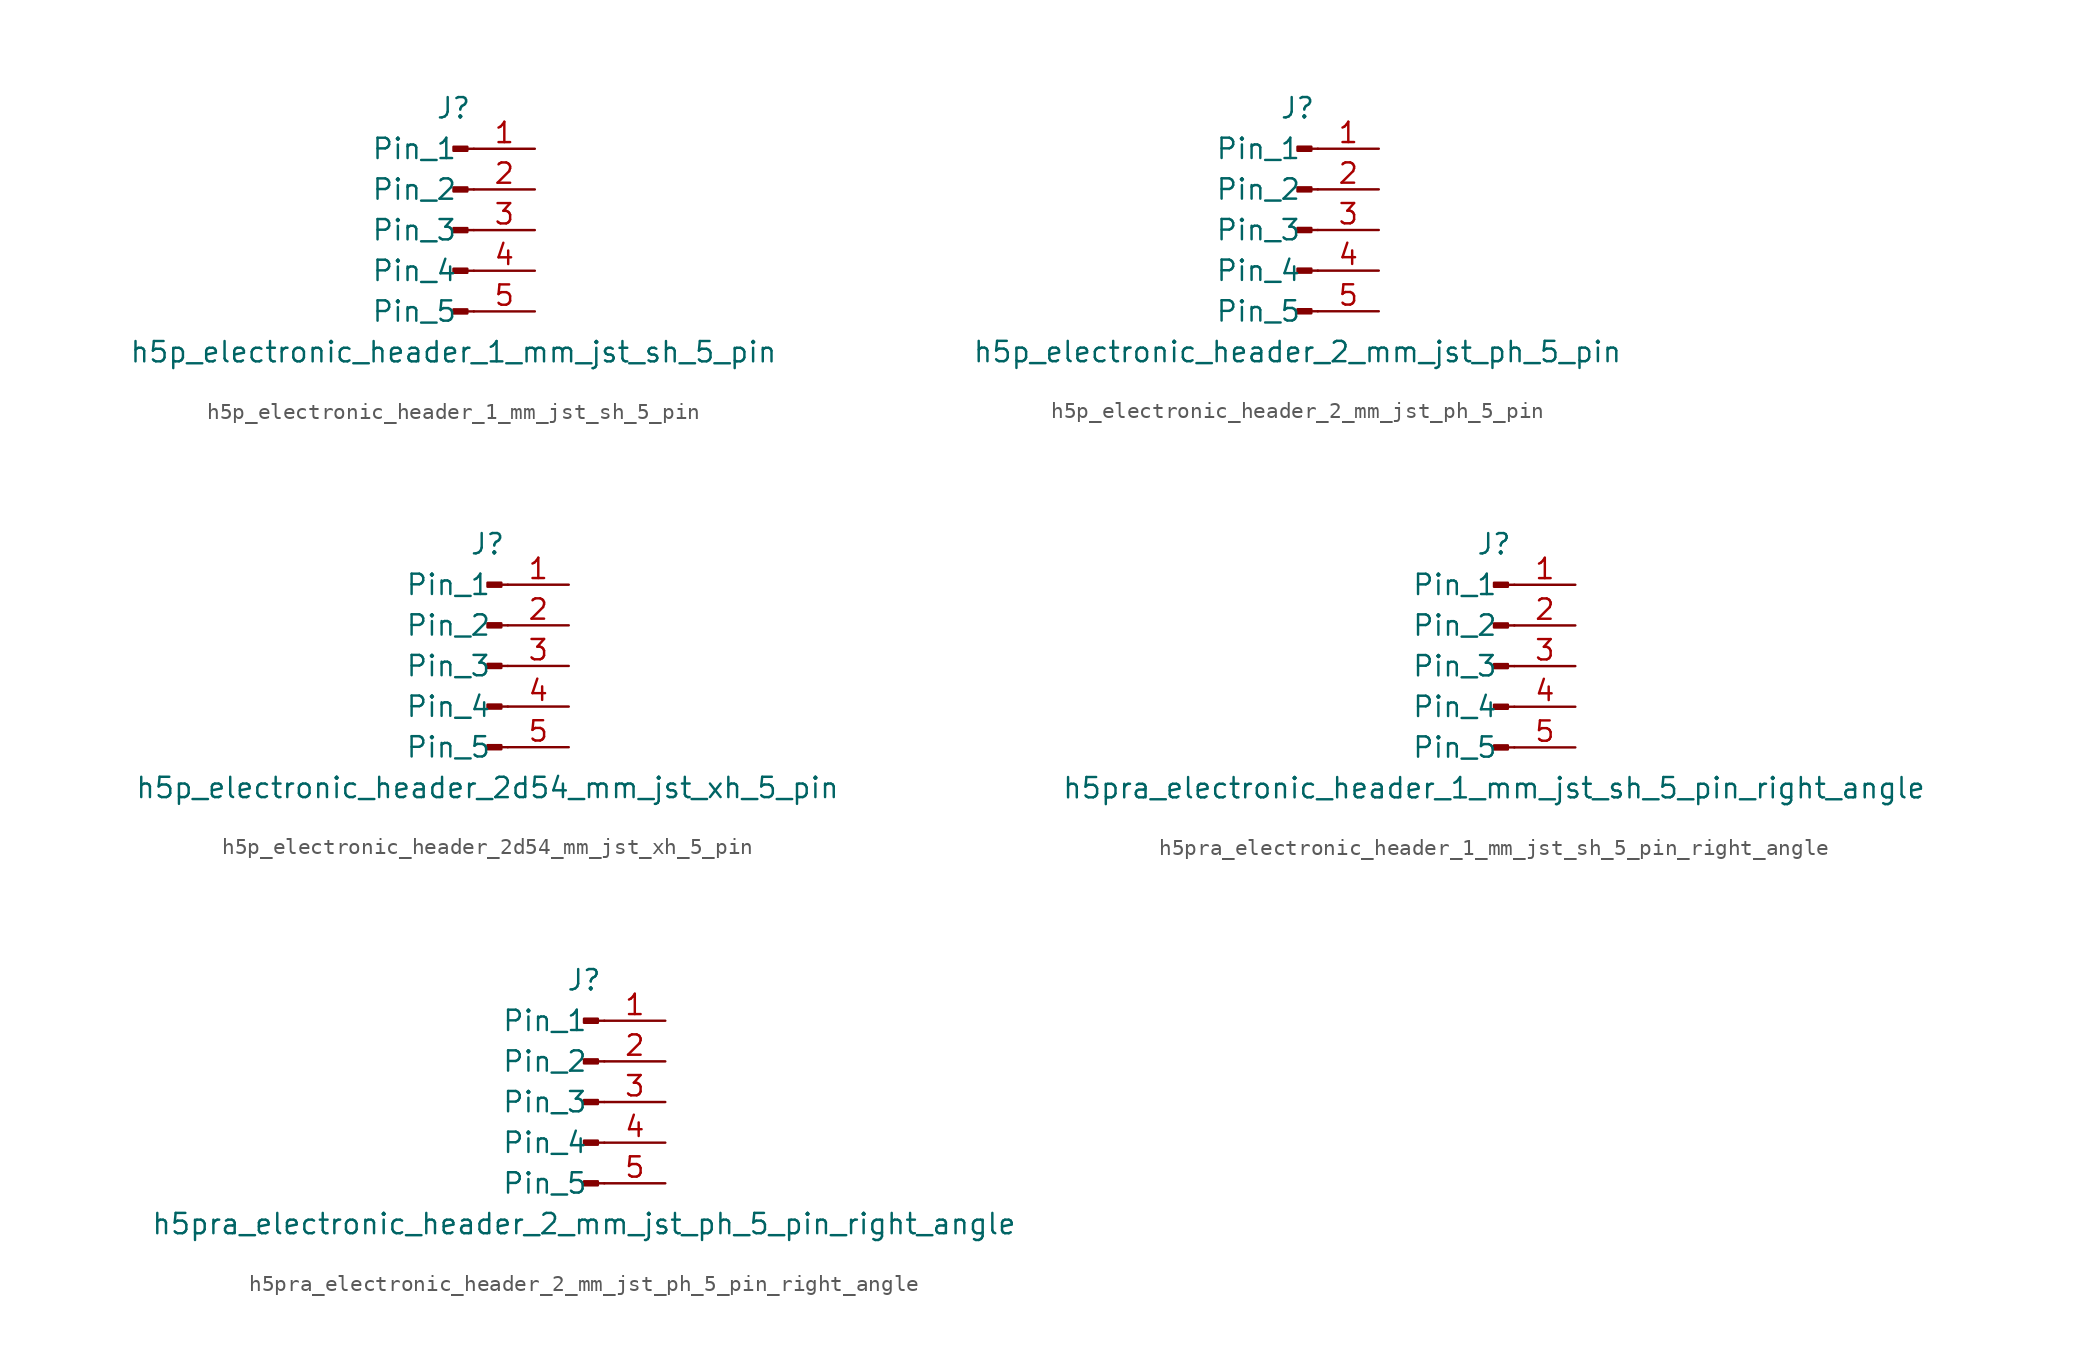
<source format=kicad_sym>
(kicad_symbol_lib
  (version 20220914)
  (generator kicad_symbol_editor)
  (symbol "h5p_electronic_header_1_mm_jst_sh_5_pin"
    (pin_names
      (offset 1.016))
    (property "Reference" "J"
      (at 0 7.62 0)
      (effects (font (size 1.27 1.27))))
    (property "Value" "h5p_electronic_header_1_mm_jst_sh_5_pin"
      (at 0 -7.62 0)
      (effects (font (size 1.27 1.27))))
    (property "ki_locked" ""
      (at 0 0 0)
      (effects (font (size 1.27 1.27))))
    (symbol "h5p_electronic_header_1_mm_jst_sh_5_pin_1_1"
      (polyline (pts (xy 1.27 -5.08) (xy 0.864 -5.08)) (stroke (width 0.152) (type default)) (fill (type none)))
      (polyline (pts (xy 1.27 -2.54) (xy 0.864 -2.54)) (stroke (width 0.152) (type default)) (fill (type none)))
      (polyline (pts (xy 1.27 0) (xy 0.864 0)) (stroke (width 0.152) (type default)) (fill (type none)))
      (polyline (pts (xy 1.27 2.54) (xy 0.864 2.54)) (stroke (width 0.152) (type default)) (fill (type none)))
      (polyline (pts (xy 1.27 5.08) (xy 0.864 5.08)) (stroke (width 0.152) (type default)) (fill (type none)))
      (rectangle (start 0.864 -4.953) (end 0 -5.207) (stroke (width 0.152) (type default)) (fill (type outline)))
      (rectangle (start 0.864 -2.413) (end 0 -2.667) (stroke (width 0.152) (type default)) (fill (type outline)))
      (rectangle (start 0.864 0.127) (end 0 -0.127) (stroke (width 0.152) (type default)) (fill (type outline)))
      (rectangle (start 0.864 2.667) (end 0 2.413) (stroke (width 0.152) (type default)) (fill (type outline)))
      (rectangle (start 0.864 5.207) (end 0 4.953) (stroke (width 0.152) (type default)) (fill (type outline)))
      (pin passive line (at 5.08 5.08 180) (length 3.81) (name "Pin_1" (effects (font (size 1.27 1.27)))) (number "1" (effects (font (size 1.27 1.27)))))
      (pin passive line (at 5.08 2.54 180) (length 3.81) (name "Pin_2" (effects (font (size 1.27 1.27)))) (number "2" (effects (font (size 1.27 1.27)))))
      (pin passive line (at 5.08 0 180) (length 3.81) (name "Pin_3" (effects (font (size 1.27 1.27)))) (number "3" (effects (font (size 1.27 1.27)))))
      (pin passive line (at 5.08 -2.54 180) (length 3.81) (name "Pin_4" (effects (font (size 1.27 1.27)))) (number "4" (effects (font (size 1.27 1.27)))))
      (pin passive line (at 5.08 -5.08 180) (length 3.81) (name "Pin_5" (effects (font (size 1.27 1.27)))) (number "5" (effects (font (size 1.27 1.27)))))))
  (symbol "h5p_electronic_header_2_mm_jst_ph_5_pin"
    (pin_names
      (offset 1.016))
    (property "Reference" "J"
      (at 0 7.62 0)
      (effects (font (size 1.27 1.27))))
    (property "Value" "h5p_electronic_header_2_mm_jst_ph_5_pin"
      (at 0 -7.62 0)
      (effects (font (size 1.27 1.27))))
    (property "ki_locked" ""
      (at 0 0 0)
      (effects (font (size 1.27 1.27))))
    (symbol "h5p_electronic_header_2_mm_jst_ph_5_pin_1_1"
      (polyline (pts (xy 1.27 -5.08) (xy 0.864 -5.08)) (stroke (width 0.152) (type default)) (fill (type none)))
      (polyline (pts (xy 1.27 -2.54) (xy 0.864 -2.54)) (stroke (width 0.152) (type default)) (fill (type none)))
      (polyline (pts (xy 1.27 0) (xy 0.864 0)) (stroke (width 0.152) (type default)) (fill (type none)))
      (polyline (pts (xy 1.27 2.54) (xy 0.864 2.54)) (stroke (width 0.152) (type default)) (fill (type none)))
      (polyline (pts (xy 1.27 5.08) (xy 0.864 5.08)) (stroke (width 0.152) (type default)) (fill (type none)))
      (rectangle (start 0.864 -4.953) (end 0 -5.207) (stroke (width 0.152) (type default)) (fill (type outline)))
      (rectangle (start 0.864 -2.413) (end 0 -2.667) (stroke (width 0.152) (type default)) (fill (type outline)))
      (rectangle (start 0.864 0.127) (end 0 -0.127) (stroke (width 0.152) (type default)) (fill (type outline)))
      (rectangle (start 0.864 2.667) (end 0 2.413) (stroke (width 0.152) (type default)) (fill (type outline)))
      (rectangle (start 0.864 5.207) (end 0 4.953) (stroke (width 0.152) (type default)) (fill (type outline)))
      (pin passive line (at 5.08 5.08 180) (length 3.81) (name "Pin_1" (effects (font (size 1.27 1.27)))) (number "1" (effects (font (size 1.27 1.27)))))
      (pin passive line (at 5.08 2.54 180) (length 3.81) (name "Pin_2" (effects (font (size 1.27 1.27)))) (number "2" (effects (font (size 1.27 1.27)))))
      (pin passive line (at 5.08 0 180) (length 3.81) (name "Pin_3" (effects (font (size 1.27 1.27)))) (number "3" (effects (font (size 1.27 1.27)))))
      (pin passive line (at 5.08 -2.54 180) (length 3.81) (name "Pin_4" (effects (font (size 1.27 1.27)))) (number "4" (effects (font (size 1.27 1.27)))))
      (pin passive line (at 5.08 -5.08 180) (length 3.81) (name "Pin_5" (effects (font (size 1.27 1.27)))) (number "5" (effects (font (size 1.27 1.27)))))))
  (symbol "h5p_electronic_header_2d54_mm_jst_xh_5_pin"
    (pin_names
      (offset 1.016))
    (property "Reference" "J"
      (at 0 7.62 0)
      (effects (font (size 1.27 1.27))))
    (property "Value" "h5p_electronic_header_2d54_mm_jst_xh_5_pin"
      (at 0 -7.62 0)
      (effects (font (size 1.27 1.27))))
    (property "ki_locked" ""
      (at 0 0 0)
      (effects (font (size 1.27 1.27))))
    (symbol "h5p_electronic_header_2d54_mm_jst_xh_5_pin_1_1"
      (polyline (pts (xy 1.27 -5.08) (xy 0.864 -5.08)) (stroke (width 0.152) (type default)) (fill (type none)))
      (polyline (pts (xy 1.27 -2.54) (xy 0.864 -2.54)) (stroke (width 0.152) (type default)) (fill (type none)))
      (polyline (pts (xy 1.27 0) (xy 0.864 0)) (stroke (width 0.152) (type default)) (fill (type none)))
      (polyline (pts (xy 1.27 2.54) (xy 0.864 2.54)) (stroke (width 0.152) (type default)) (fill (type none)))
      (polyline (pts (xy 1.27 5.08) (xy 0.864 5.08)) (stroke (width 0.152) (type default)) (fill (type none)))
      (rectangle (start 0.864 -4.953) (end 0 -5.207) (stroke (width 0.152) (type default)) (fill (type outline)))
      (rectangle (start 0.864 -2.413) (end 0 -2.667) (stroke (width 0.152) (type default)) (fill (type outline)))
      (rectangle (start 0.864 0.127) (end 0 -0.127) (stroke (width 0.152) (type default)) (fill (type outline)))
      (rectangle (start 0.864 2.667) (end 0 2.413) (stroke (width 0.152) (type default)) (fill (type outline)))
      (rectangle (start 0.864 5.207) (end 0 4.953) (stroke (width 0.152) (type default)) (fill (type outline)))
      (pin passive line (at 5.08 5.08 180) (length 3.81) (name "Pin_1" (effects (font (size 1.27 1.27)))) (number "1" (effects (font (size 1.27 1.27)))))
      (pin passive line (at 5.08 2.54 180) (length 3.81) (name "Pin_2" (effects (font (size 1.27 1.27)))) (number "2" (effects (font (size 1.27 1.27)))))
      (pin passive line (at 5.08 0 180) (length 3.81) (name "Pin_3" (effects (font (size 1.27 1.27)))) (number "3" (effects (font (size 1.27 1.27)))))
      (pin passive line (at 5.08 -2.54 180) (length 3.81) (name "Pin_4" (effects (font (size 1.27 1.27)))) (number "4" (effects (font (size 1.27 1.27)))))
      (pin passive line (at 5.08 -5.08 180) (length 3.81) (name "Pin_5" (effects (font (size 1.27 1.27)))) (number "5" (effects (font (size 1.27 1.27)))))))
  (symbol "h5pra_electronic_header_1_mm_jst_sh_5_pin_right_angle"
    (pin_names
      (offset 1.016))
    (property "Reference" "J"
      (at 0 7.62 0)
      (effects (font (size 1.27 1.27))))
    (property "Value" "h5pra_electronic_header_1_mm_jst_sh_5_pin_right_angle"
      (at 0 -7.62 0)
      (effects (font (size 1.27 1.27))))
    (property "ki_locked" ""
      (at 0 0 0)
      (effects (font (size 1.27 1.27))))
    (symbol "h5pra_electronic_header_1_mm_jst_sh_5_pin_right_angle_1_1"
      (polyline (pts (xy 1.27 -5.08) (xy 0.864 -5.08)) (stroke (width 0.152) (type default)) (fill (type none)))
      (polyline (pts (xy 1.27 -2.54) (xy 0.864 -2.54)) (stroke (width 0.152) (type default)) (fill (type none)))
      (polyline (pts (xy 1.27 0) (xy 0.864 0)) (stroke (width 0.152) (type default)) (fill (type none)))
      (polyline (pts (xy 1.27 2.54) (xy 0.864 2.54)) (stroke (width 0.152) (type default)) (fill (type none)))
      (polyline (pts (xy 1.27 5.08) (xy 0.864 5.08)) (stroke (width 0.152) (type default)) (fill (type none)))
      (rectangle (start 0.864 -4.953) (end 0 -5.207) (stroke (width 0.152) (type default)) (fill (type outline)))
      (rectangle (start 0.864 -2.413) (end 0 -2.667) (stroke (width 0.152) (type default)) (fill (type outline)))
      (rectangle (start 0.864 0.127) (end 0 -0.127) (stroke (width 0.152) (type default)) (fill (type outline)))
      (rectangle (start 0.864 2.667) (end 0 2.413) (stroke (width 0.152) (type default)) (fill (type outline)))
      (rectangle (start 0.864 5.207) (end 0 4.953) (stroke (width 0.152) (type default)) (fill (type outline)))
      (pin passive line (at 5.08 5.08 180) (length 3.81) (name "Pin_1" (effects (font (size 1.27 1.27)))) (number "1" (effects (font (size 1.27 1.27)))))
      (pin passive line (at 5.08 2.54 180) (length 3.81) (name "Pin_2" (effects (font (size 1.27 1.27)))) (number "2" (effects (font (size 1.27 1.27)))))
      (pin passive line (at 5.08 0 180) (length 3.81) (name "Pin_3" (effects (font (size 1.27 1.27)))) (number "3" (effects (font (size 1.27 1.27)))))
      (pin passive line (at 5.08 -2.54 180) (length 3.81) (name "Pin_4" (effects (font (size 1.27 1.27)))) (number "4" (effects (font (size 1.27 1.27)))))
      (pin passive line (at 5.08 -5.08 180) (length 3.81) (name "Pin_5" (effects (font (size 1.27 1.27)))) (number "5" (effects (font (size 1.27 1.27)))))))
  (symbol "h5pra_electronic_header_2_mm_jst_ph_5_pin_right_angle"
    (pin_names
      (offset 1.016))
    (property "Reference" "J"
      (at 0 7.62 0)
      (effects (font (size 1.27 1.27))))
    (property "Value" "h5pra_electronic_header_2_mm_jst_ph_5_pin_right_angle"
      (at 0 -7.62 0)
      (effects (font (size 1.27 1.27))))
    (property "ki_locked" ""
      (at 0 0 0)
      (effects (font (size 1.27 1.27))))
    (symbol "h5pra_electronic_header_2_mm_jst_ph_5_pin_right_angle_1_1"
      (polyline (pts (xy 1.27 -5.08) (xy 0.864 -5.08)) (stroke (width 0.152) (type default)) (fill (type none)))
      (polyline (pts (xy 1.27 -2.54) (xy 0.864 -2.54)) (stroke (width 0.152) (type default)) (fill (type none)))
      (polyline (pts (xy 1.27 0) (xy 0.864 0)) (stroke (width 0.152) (type default)) (fill (type none)))
      (polyline (pts (xy 1.27 2.54) (xy 0.864 2.54)) (stroke (width 0.152) (type default)) (fill (type none)))
      (polyline (pts (xy 1.27 5.08) (xy 0.864 5.08)) (stroke (width 0.152) (type default)) (fill (type none)))
      (rectangle (start 0.864 -4.953) (end 0 -5.207) (stroke (width 0.152) (type default)) (fill (type outline)))
      (rectangle (start 0.864 -2.413) (end 0 -2.667) (stroke (width 0.152) (type default)) (fill (type outline)))
      (rectangle (start 0.864 0.127) (end 0 -0.127) (stroke (width 0.152) (type default)) (fill (type outline)))
      (rectangle (start 0.864 2.667) (end 0 2.413) (stroke (width 0.152) (type default)) (fill (type outline)))
      (rectangle (start 0.864 5.207) (end 0 4.953) (stroke (width 0.152) (type default)) (fill (type outline)))
      (pin passive line (at 5.08 5.08 180) (length 3.81) (name "Pin_1" (effects (font (size 1.27 1.27)))) (number "1" (effects (font (size 1.27 1.27)))))
      (pin passive line (at 5.08 2.54 180) (length 3.81) (name "Pin_2" (effects (font (size 1.27 1.27)))) (number "2" (effects (font (size 1.27 1.27)))))
      (pin passive line (at 5.08 0 180) (length 3.81) (name "Pin_3" (effects (font (size 1.27 1.27)))) (number "3" (effects (font (size 1.27 1.27)))))
      (pin passive line (at 5.08 -2.54 180) (length 3.81) (name "Pin_4" (effects (font (size 1.27 1.27)))) (number "4" (effects (font (size 1.27 1.27)))))
      (pin passive line (at 5.08 -5.08 180) (length 3.81) (name "Pin_5" (effects (font (size 1.27 1.27)))) (number "5" (effects (font (size 1.27 1.27))))))))
</source>
